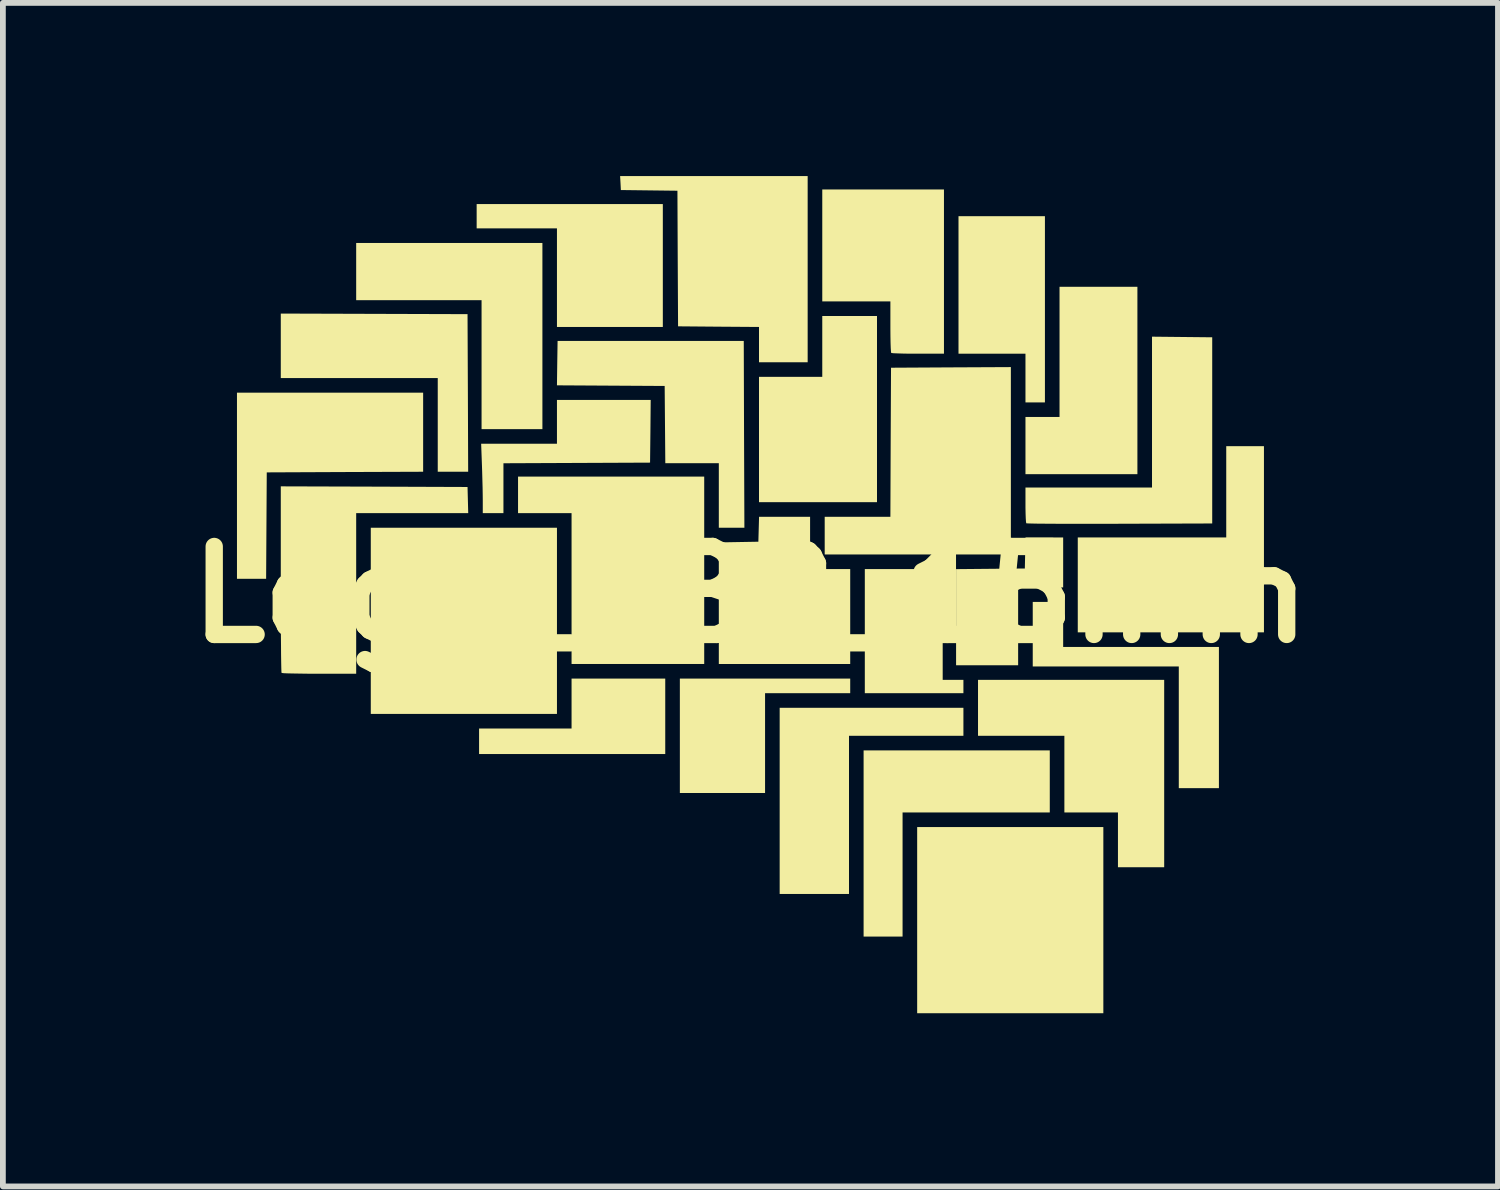
<source format=kicad_pcb>
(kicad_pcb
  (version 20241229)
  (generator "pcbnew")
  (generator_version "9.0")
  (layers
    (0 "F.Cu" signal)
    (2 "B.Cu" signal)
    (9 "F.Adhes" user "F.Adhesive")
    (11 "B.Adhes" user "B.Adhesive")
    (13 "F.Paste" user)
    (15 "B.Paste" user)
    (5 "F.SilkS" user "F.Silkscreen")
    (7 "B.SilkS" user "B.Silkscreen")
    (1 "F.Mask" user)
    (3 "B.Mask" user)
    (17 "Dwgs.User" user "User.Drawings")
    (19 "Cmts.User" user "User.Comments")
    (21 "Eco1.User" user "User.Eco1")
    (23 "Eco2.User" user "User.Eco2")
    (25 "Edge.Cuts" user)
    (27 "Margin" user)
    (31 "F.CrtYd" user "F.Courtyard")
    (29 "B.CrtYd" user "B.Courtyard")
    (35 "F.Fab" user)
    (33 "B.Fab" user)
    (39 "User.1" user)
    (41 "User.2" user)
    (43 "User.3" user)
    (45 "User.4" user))
  (footprint "Logo_NBB_15mm"
    (layer "F.Cu")
    (at 9.95 7.251)
    (property "Reference" "Logo_NBB_15mm" (at 0 0 0) (layer "F.SilkS") (effects (font (size 1.524 1.524) (thickness 0.3))))
    (attr board_only exclude_from_pos_files exclude_from_bom)
    (fp_poly (pts (xy -3.352 2.066) (xy -6.577 2.066) (xy -6.577 -1.159) (xy -3.352 -1.159)) (stroke (width 0) (type solid)) (fill yes) (layer "F.SilkS"))
    (fp_poly (pts (xy 6.113 7.251) (xy 2.888 7.251) (xy 2.888 4.026) (xy 6.113 4.026)) (stroke (width 0) (type solid)) (fill yes) (layer "F.SilkS"))
    (fp_poly (pts (xy -3.604 -2.867) (xy -4.658 -2.867) (xy -4.658 -5.101) (xy -6.83 -5.101) (xy -6.83 -6.092) (xy -3.604 -6.092)) (stroke (width 0) (type solid)) (fill yes) (layer "F.SilkS"))
    (fp_poly (pts (xy -1.518 -4.637) (xy -3.352 -4.637) (xy -3.352 -6.345) (xy -4.743 -6.345) (xy -4.743 -6.766) (xy -1.518 -6.766)) (stroke (width 0) (type solid)) (fill yes) (layer "F.SilkS"))
    (fp_poly (pts (xy -1.476 2.761) (xy -4.701 2.761) (xy -4.701 2.319) (xy -3.099 2.319) (xy -3.099 1.454) (xy -1.476 1.454)) (stroke (width 0) (type solid)) (fill yes) (layer "F.SilkS"))
    (fp_poly (pts (xy -0.801 1.201) (xy -3.099 1.201) (xy -3.099 -1.412) (xy -4.026 -1.412) (xy -4.026 -2.045) (xy -0.801 -2.045)) (stroke (width 0) (type solid)) (fill yes) (layer "F.SilkS"))
    (fp_poly (pts (xy 1.728 1.707) (xy 0.253 1.707) (xy 0.253 3.436) (xy -1.223 3.436) (xy -1.223 1.454) (xy 1.728 1.454)) (stroke (width 0) (type solid)) (fill yes) (layer "F.SilkS"))
    (fp_poly (pts (xy 2.192 -1.602) (xy 0.148 -1.602) (xy 0.148 -3.773) (xy 1.244 -3.773) (xy 1.244 -4.827) (xy 2.192 -4.827)) (stroke (width 0) (type solid)) (fill yes) (layer "F.SilkS"))
    (fp_poly (pts (xy 3.33 1.476) (xy 3.689 1.476) (xy 3.689 1.707) (xy 1.981 1.707) (xy 1.981 -0.443) (xy 3.33 -0.443)) (stroke (width 0) (type solid)) (fill yes) (layer "F.SilkS"))
    (fp_poly (pts (xy 3.689 2.445) (xy 1.707 2.445) (xy 1.707 5.185) (xy 0.506 5.185) (xy 0.506 1.96) (xy 3.689 1.96)) (stroke (width 0) (type solid)) (fill yes) (layer "F.SilkS"))
    (fp_poly (pts (xy 5.101 -3.33) (xy 4.764 -3.33) (xy 4.764 -4.174) (xy 3.604 -4.174) (xy 3.604 -6.556) (xy 5.101 -6.556)) (stroke (width 0) (type solid)) (fill yes) (layer "F.SilkS"))
    (fp_poly (pts (xy 5.185 3.773) (xy 2.635 3.773) (xy 2.635 5.923) (xy 1.96 5.923) (xy 1.96 2.698) (xy 5.185 2.698)) (stroke (width 0) (type solid)) (fill yes) (layer "F.SilkS"))
    (fp_poly (pts (xy 6.703 -2.087) (xy 4.764 -2.087) (xy 4.764 -3.078) (xy 5.354 -3.078) (xy 5.354 -5.333) (xy 6.703 -5.333)) (stroke (width 0) (type solid)) (fill yes) (layer "F.SilkS"))
    (fp_poly (pts (xy 8.895 0.653) (xy 5.67 0.653) (xy 5.67 -0.991) (xy 8.242 -0.991) (xy 8.242 -2.572) (xy 8.895 -2.572)) (stroke (width 0) (type solid)) (fill yes) (layer "F.SilkS"))
    (fp_poly (pts (xy -5.67 -2.129) (xy -7.025 -2.124) (xy -8.379 -2.118) (xy -8.39 -0.274) (xy -8.895 -0.274) (xy -8.895 -3.499) (xy -5.67 -3.499)) (stroke (width 0) (type solid)) (fill yes) (layer "F.SilkS"))
    (fp_poly (pts (xy -6.519 -4.864) (xy -4.901 -4.859) (xy -4.895 -3.494) (xy -4.89 -2.129) (xy -5.417 -2.129) (xy -5.417 -3.752) (xy -8.136 -3.752) (xy -8.136 -4.869)) (stroke (width 0) (type solid)) (fill yes) (layer "F.SilkS"))
    (fp_poly (pts (xy 4.511 -0.696) (xy 1.286 -0.696) (xy 1.286 -1.349) (xy 2.424 -1.349) (xy 2.429 -2.64) (xy 2.435 -3.931) (xy 3.473 -3.937) (xy 4.511 -3.942)) (stroke (width 0) (type solid)) (fill yes) (layer "F.SilkS"))
    (fp_poly (pts (xy 5.417 0.906) (xy 8.115 0.906) (xy 8.115 3.352) (xy 7.42 3.352) (xy 7.42 1.244) (xy 4.89 1.244) (xy 4.89 0.126) (xy 5.417 0.126)) (stroke (width 0) (type solid)) (fill yes) (layer "F.SilkS"))
    (fp_poly (pts (xy 7.167 4.722) (xy 6.366 4.722) (xy 6.366 3.773) (xy 5.438 3.773) (xy 5.438 2.445) (xy 3.942 2.445) (xy 3.942 1.476) (xy 7.167 1.476)) (stroke (width 0) (type solid)) (fill yes) (layer "F.SilkS"))
    (fp_poly (pts (xy 1.033 -0.443) (xy 1.728 -0.443) (xy 1.728 1.201) (xy -0.548 1.201) (xy -0.548 -0.905) (xy -0.206 -0.911) (xy 0.137 -0.917) (xy 0.149 -1.349) (xy 1.033 -1.349)) (stroke (width 0) (type solid)) (fill yes) (layer "F.SilkS"))
    (fp_poly (pts (xy 5.417 -0.126) (xy 4.637 -0.126) (xy 4.637 1.223) (xy 3.562 1.223) (xy 3.562 -0.442) (xy 4.753 -0.453) (xy 4.759 -0.722) (xy 4.765 -0.991) (xy 5.417 -0.991)) (stroke (width 0) (type solid)) (fill yes) (layer "F.SilkS"))
    (fp_poly (pts (xy -0.111 -2.777) (xy -0.105 -1.159) (xy -0.548 -1.159) (xy -0.548 -2.277) (xy -1.475 -2.277) (xy -1.486 -3.615) (xy -3.352 -3.626) (xy -3.347 -4.01) (xy -3.341 -4.395) (xy -0.116 -4.395)) (stroke (width 0) (type solid)) (fill yes) (layer "F.SilkS"))
    (fp_poly (pts (xy 0.991 -4.026) (xy 0.148 -4.026) (xy 0.148 -4.637) (xy -0.553 -4.642) (xy -1.254 -4.648) (xy -1.26 -5.823) (xy -1.265 -6.997) (xy -2.245 -7.009) (xy -2.251 -7.13) (xy -2.258 -7.251) (xy 0.991 -7.251)) (stroke (width 0) (type solid)) (fill yes) (layer "F.SilkS"))
    (fp_poly (pts (xy -1.733 -2.83) (xy -1.739 -2.287) (xy -4.279 -2.276) (xy -4.279 -1.412) (xy -4.637 -1.412) (xy -4.637 -1.63) (xy -4.638 -1.727) (xy -4.64 -1.853) (xy -4.644 -1.996) (xy -4.648 -2.142) (xy -4.651 -2.231) (xy -4.665 -2.614) (xy -3.352 -2.614) (xy -3.352 -3.373) (xy -1.728 -3.373)) (stroke (width 0) (type solid)) (fill yes) (layer "F.SilkS"))
    (fp_poly (pts (xy 3.352 -4.174) (xy 2.902 -4.174) (xy 2.768 -4.174) (xy 2.649 -4.176) (xy 2.551 -4.179) (xy 2.48 -4.182) (xy 2.442 -4.186) (xy 2.438 -4.188) (xy 2.434 -4.212) (xy 2.43 -4.272) (xy 2.427 -4.362) (xy 2.425 -4.474) (xy 2.424 -4.602) (xy 2.424 -4.641) (xy 2.424 -5.08) (xy 1.244 -5.08) (xy 1.244 -7.019) (xy 3.352 -7.019)) (stroke (width 0) (type solid)) (fill yes) (layer "F.SilkS"))
    (fp_poly (pts (xy 7.999 -4.458) (xy 7.999 -1.233) (xy 6.396 -1.228) (xy 6.14 -1.227) (xy 5.896 -1.227) (xy 5.667 -1.227) (xy 5.457 -1.227) (xy 5.27 -1.228) (xy 5.108 -1.229) (xy 4.974 -1.23) (xy 4.873 -1.232) (xy 4.806 -1.234) (xy 4.779 -1.236) (xy 4.778 -1.236) (xy 4.773 -1.262) (xy 4.769 -1.321) (xy 4.766 -1.407) (xy 4.764 -1.511) (xy 4.764 -1.553) (xy 4.764 -1.855) (xy 6.956 -1.855) (xy 6.956 -4.469)) (stroke (width 0) (type solid)) (fill yes) (layer "F.SilkS"))
    (fp_poly (pts (xy -6.519 -1.871) (xy -4.901 -1.865) (xy -4.895 -1.639) (xy -4.889 -1.412) (xy -6.83 -1.412) (xy -6.83 1.37) (xy -7.469 1.37) (xy -7.629 1.37) (xy -7.775 1.368) (xy -7.903 1.366) (xy -8.006 1.364) (xy -8.079 1.361) (xy -8.118 1.357) (xy -8.122 1.356) (xy -8.125 1.333) (xy -8.127 1.272) (xy -8.129 1.174) (xy -8.131 1.045) (xy -8.132 0.886) (xy -8.134 0.701) (xy -8.135 0.494) (xy -8.136 0.268) (xy -8.136 0.025) (xy -8.136 -0.23) (xy -8.136 -0.267) (xy -8.136 -1.876)) (stroke (width 0) (type solid)) (fill yes) (layer "F.SilkS")))
  (gr_rect
    (start -3 -3)
    (end 22.899 17.502)
    (stroke (width 0.1) (type default))
    (fill no)
    (layer "Edge.Cuts")))
</source>
